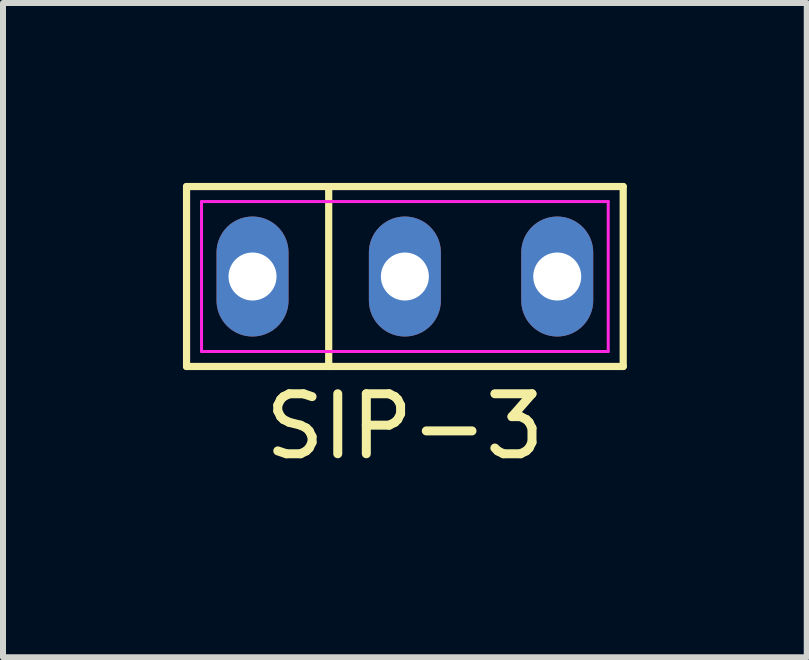
<source format=kicad_pcb>
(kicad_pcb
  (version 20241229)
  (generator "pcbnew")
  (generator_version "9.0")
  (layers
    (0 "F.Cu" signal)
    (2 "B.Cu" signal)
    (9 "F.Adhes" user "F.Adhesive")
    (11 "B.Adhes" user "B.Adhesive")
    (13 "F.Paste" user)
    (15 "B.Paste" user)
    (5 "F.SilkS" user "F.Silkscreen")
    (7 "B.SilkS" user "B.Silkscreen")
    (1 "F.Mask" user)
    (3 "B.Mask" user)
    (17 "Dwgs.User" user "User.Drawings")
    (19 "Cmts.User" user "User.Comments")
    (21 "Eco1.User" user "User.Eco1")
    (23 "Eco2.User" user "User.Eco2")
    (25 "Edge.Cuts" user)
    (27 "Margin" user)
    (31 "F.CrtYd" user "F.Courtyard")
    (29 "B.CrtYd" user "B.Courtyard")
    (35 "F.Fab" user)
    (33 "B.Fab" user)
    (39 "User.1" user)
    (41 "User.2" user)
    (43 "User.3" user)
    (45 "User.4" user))
  (footprint "SIP-3"
    (layer "F.Cu")
    (at 3.7 1.56)
    (property "Reference" "SIP-3" (at 0 2.5 0) (layer "F.SilkS") (effects (font (size 1 1) (thickness 0.15))))
    (attr through_hole)
    (fp_line (start -3.64 -1.5) (end 3.64 -1.5) (stroke (width 0.12) (type solid)) (layer "F.SilkS"))
    (fp_line (start -3.64 1.5) (end -3.64 -1.5) (stroke (width 0.12) (type solid)) (layer "F.SilkS"))
    (fp_line (start -1.27 -1.5) (end -1.27 1.5) (stroke (width 0.12) (type solid)) (layer "F.SilkS"))
    (fp_line (start 3.64 -1.5) (end 3.64 1.5) (stroke (width 0.12) (type solid)) (layer "F.SilkS"))
    (fp_line (start 3.64 1.5) (end -3.64 1.5) (stroke (width 0.12) (type solid)) (layer "F.SilkS"))
    (fp_line (start -3.39 -1.25) (end 3.39 -1.25) (stroke (width 0.05) (type solid)) (layer "F.CrtYd"))
    (fp_line (start -3.39 1.25) (end -3.39 -1.25) (stroke (width 0.05) (type solid)) (layer "F.CrtYd"))
    (fp_line (start 3.39 -1.25) (end 3.39 1.25) (stroke (width 0.05) (type solid)) (layer "F.CrtYd"))
    (fp_line (start 3.39 1.25) (end -3.39 1.25) (stroke (width 0.05) (type solid)) (layer "F.CrtYd"))
    (pad "1" thru_hole oval (at -2.54 0) (size 1.2 2) (drill 0.8) (layers "*.Cu" "*.Mask"))
    (pad "2" thru_hole oval (at 0 0) (size 1.2 2) (drill 0.8) (layers "*.Cu" "*.Mask"))
    (pad "3" thru_hole oval (at 2.54 0) (size 1.2 2) (drill 0.8) (layers "*.Cu" "*.Mask")))
  (gr_rect
    (start -3 -3)
    (end 10.4 7.908)
    (stroke (width 0.1) (type default))
    (fill no)
    (layer "Edge.Cuts")))
</source>
